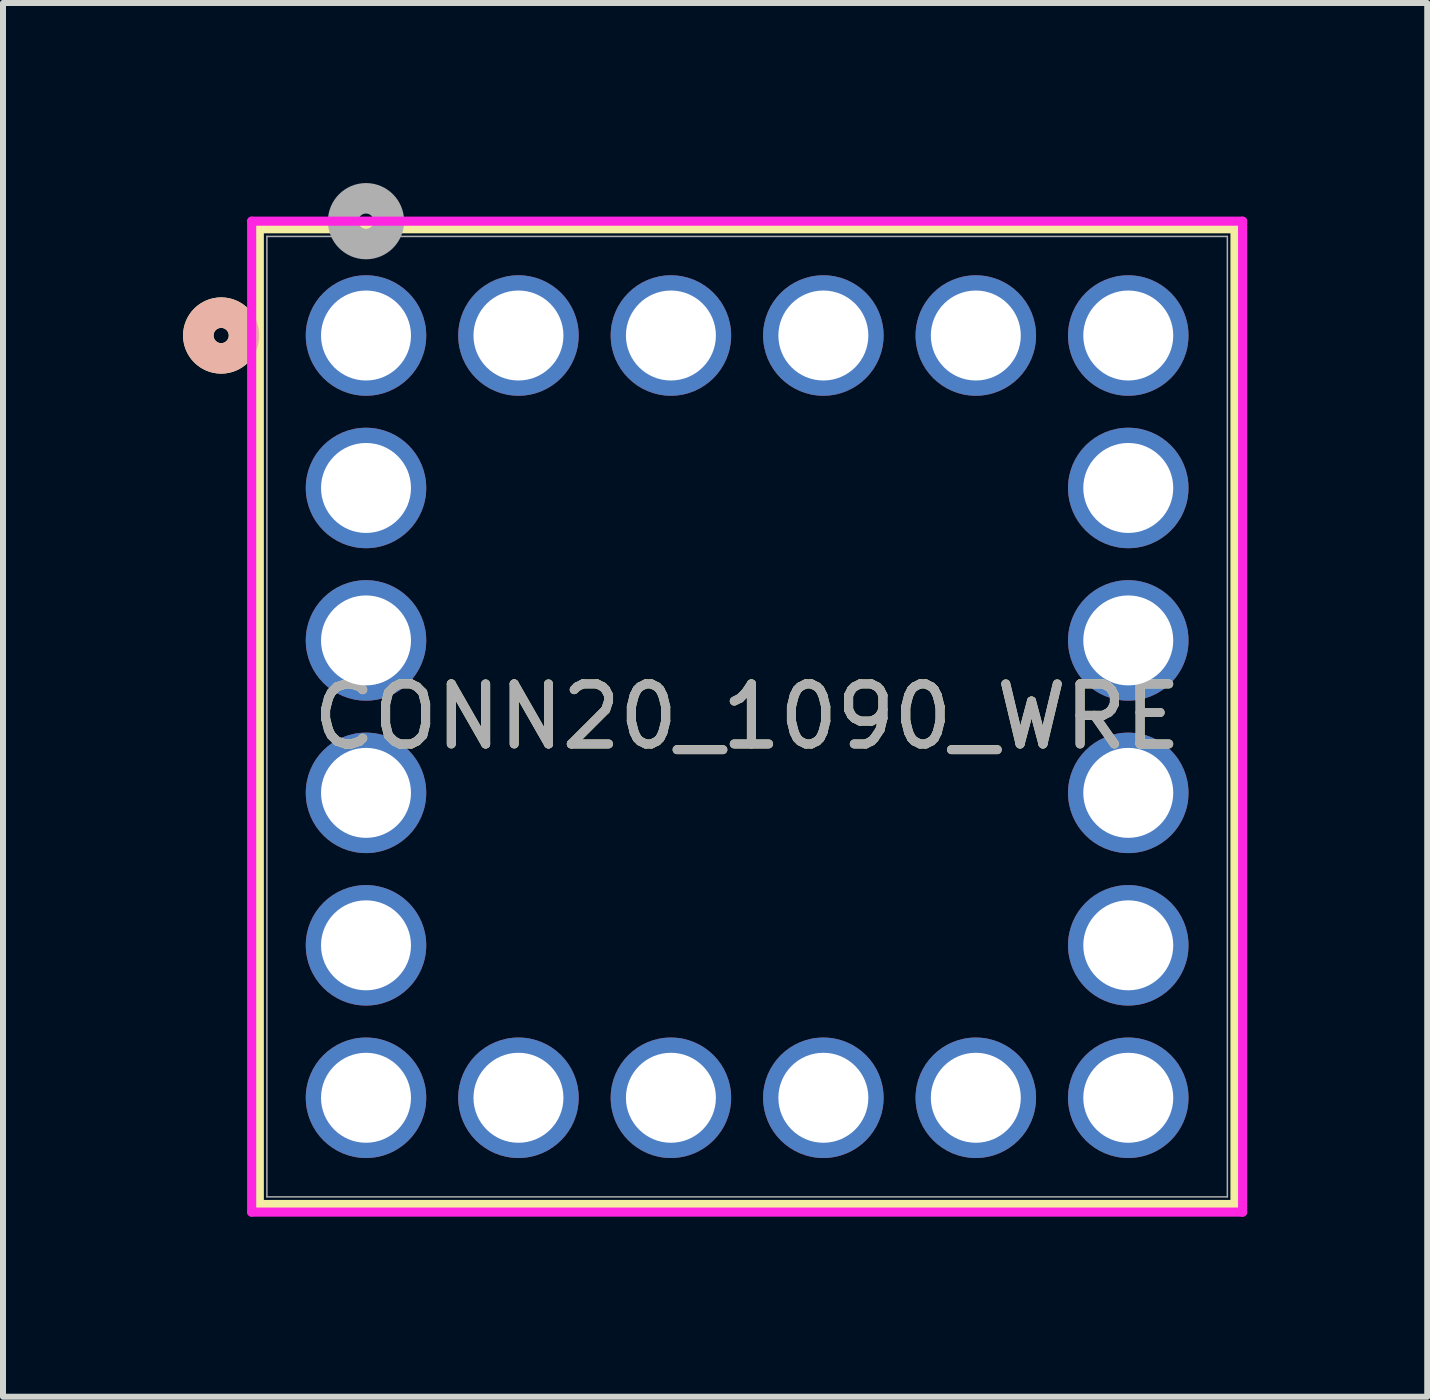
<source format=kicad_pcb>
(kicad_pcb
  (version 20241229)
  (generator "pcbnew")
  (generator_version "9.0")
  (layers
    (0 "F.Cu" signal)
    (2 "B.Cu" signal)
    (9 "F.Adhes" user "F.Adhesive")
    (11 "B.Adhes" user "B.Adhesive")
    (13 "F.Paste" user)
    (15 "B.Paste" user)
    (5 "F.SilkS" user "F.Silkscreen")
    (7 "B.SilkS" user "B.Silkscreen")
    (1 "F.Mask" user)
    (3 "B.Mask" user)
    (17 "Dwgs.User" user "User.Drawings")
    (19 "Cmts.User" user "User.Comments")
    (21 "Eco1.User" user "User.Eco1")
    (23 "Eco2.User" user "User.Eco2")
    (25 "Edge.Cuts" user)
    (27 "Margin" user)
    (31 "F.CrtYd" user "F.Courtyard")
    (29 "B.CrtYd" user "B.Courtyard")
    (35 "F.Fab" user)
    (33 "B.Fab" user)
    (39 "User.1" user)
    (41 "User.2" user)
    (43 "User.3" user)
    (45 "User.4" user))
  (footprint "CONN20_1090_WRE"
    (layer "F.Cu")
    (at 3.048 2.54)
    (property "Reference" "CONN20_1090_WRE" (at 6.35 6.35 0) (unlocked yes) (layer "F.SilkS") (effects (font (size 1 1) (thickness 0.15))))
    (attr through_hole)
    (fp_line (start -1.778 -1.778) (end -1.778 14.478) (stroke (width 0.152) (type solid)) (layer "F.SilkS"))
    (fp_line (start -1.778 14.478) (end 14.478 14.478) (stroke (width 0.152) (type solid)) (layer "F.SilkS"))
    (fp_line (start 14.478 -1.778) (end -1.778 -1.778) (stroke (width 0.152) (type solid)) (layer "F.SilkS"))
    (fp_line (start 14.478 14.478) (end 14.478 -1.778) (stroke (width 0.152) (type solid)) (layer "F.SilkS"))
    (fp_circle (center -2.413 0) (end -2.032 0) (stroke (width 0.508) (type solid)) (fill no) (layer "F.SilkS"))
    (fp_circle (center -2.413 0) (end -2.032 0) (stroke (width 0.508) (type solid)) (fill no) (layer "B.SilkS"))
    (fp_line (start -1.905 -1.905) (end -1.905 14.605) (stroke (width 0.152) (type solid)) (layer "F.CrtYd"))
    (fp_line (start -1.905 14.605) (end 14.605 14.605) (stroke (width 0.152) (type solid)) (layer "F.CrtYd"))
    (fp_line (start 14.605 -1.905) (end -1.905 -1.905) (stroke (width 0.152) (type solid)) (layer "F.CrtYd"))
    (fp_line (start 14.605 14.605) (end 14.605 -1.905) (stroke (width 0.152) (type solid)) (layer "F.CrtYd"))
    (fp_line (start -1.651 -1.651) (end -1.651 14.351) (stroke (width 0.025) (type solid)) (layer "F.Fab"))
    (fp_line (start -1.651 14.351) (end 14.351 14.351) (stroke (width 0.025) (type solid)) (layer "F.Fab"))
    (fp_line (start 14.351 -1.651) (end -1.651 -1.651) (stroke (width 0.025) (type solid)) (layer "F.Fab"))
    (fp_line (start 14.351 14.351) (end 14.351 -1.651) (stroke (width 0.025) (type solid)) (layer "F.Fab"))
    (fp_circle (center 0 -1.905) (end 0.381 -1.905) (stroke (width 0.508) (type solid)) (fill no) (layer "F.Fab"))
    (fp_text user "${REFERENCE}" (at 6.35 6.35 0) (unlocked yes) (layer "F.Fab") (effects (font (size 1 1) (thickness 0.15))))
    (pad "1" thru_hole circle (at 0 0) (size 2.007 2.007) (drill 1.499) (layers "*.Cu" "*.Mask"))
    (pad "2" thru_hole circle (at 0 2.54) (size 2.007 2.007) (drill 1.499) (layers "*.Cu" "*.Mask"))
    (pad "3" thru_hole circle (at 0 5.08) (size 2.007 2.007) (drill 1.499) (layers "*.Cu" "*.Mask"))
    (pad "4" thru_hole circle (at 0 7.62) (size 2.007 2.007) (drill 1.499) (layers "*.Cu" "*.Mask"))
    (pad "5" thru_hole circle (at 0 10.16) (size 2.007 2.007) (drill 1.499) (layers "*.Cu" "*.Mask"))
    (pad "6" thru_hole circle (at 0 12.7) (size 2.007 2.007) (drill 1.499) (layers "*.Cu" "*.Mask"))
    (pad "7" thru_hole circle (at 2.54 12.7) (size 2.007 2.007) (drill 1.499) (layers "*.Cu" "*.Mask"))
    (pad "8" thru_hole circle (at 5.08 12.7) (size 2.007 2.007) (drill 1.499) (layers "*.Cu" "*.Mask"))
    (pad "9" thru_hole circle (at 7.62 12.7) (size 2.007 2.007) (drill 1.499) (layers "*.Cu" "*.Mask"))
    (pad "10" thru_hole circle (at 10.16 12.7) (size 2.007 2.007) (drill 1.499) (layers "*.Cu" "*.Mask"))
    (pad "11" thru_hole circle (at 12.7 12.7) (size 2.007 2.007) (drill 1.499) (layers "*.Cu" "*.Mask"))
    (pad "12" thru_hole circle (at 12.7 10.16) (size 2.007 2.007) (drill 1.499) (layers "*.Cu" "*.Mask"))
    (pad "13" thru_hole circle (at 12.7 7.62) (size 2.007 2.007) (drill 1.499) (layers "*.Cu" "*.Mask"))
    (pad "14" thru_hole circle (at 12.7 5.08) (size 2.007 2.007) (drill 1.499) (layers "*.Cu" "*.Mask"))
    (pad "15" thru_hole circle (at 12.7 2.54) (size 2.007 2.007) (drill 1.499) (layers "*.Cu" "*.Mask"))
    (pad "16" thru_hole circle (at 12.7 0) (size 2.007 2.007) (drill 1.499) (layers "*.Cu" "*.Mask"))
    (pad "17" thru_hole circle (at 10.16 0) (size 2.007 2.007) (drill 1.499) (layers "*.Cu" "*.Mask"))
    (pad "18" thru_hole circle (at 7.62 0) (size 2.007 2.007) (drill 1.499) (layers "*.Cu" "*.Mask"))
    (pad "19" thru_hole circle (at 5.08 0) (size 2.007 2.007) (drill 1.499) (layers "*.Cu" "*.Mask"))
    (pad "20" thru_hole circle (at 2.54 0) (size 2.007 2.007) (drill 1.499) (layers "*.Cu" "*.Mask")))
  (gr_rect
    (start -3 -3)
    (end 20.729 20.221)
    (stroke (width 0.1) (type default))
    (fill no)
    (layer "Edge.Cuts")))
</source>
